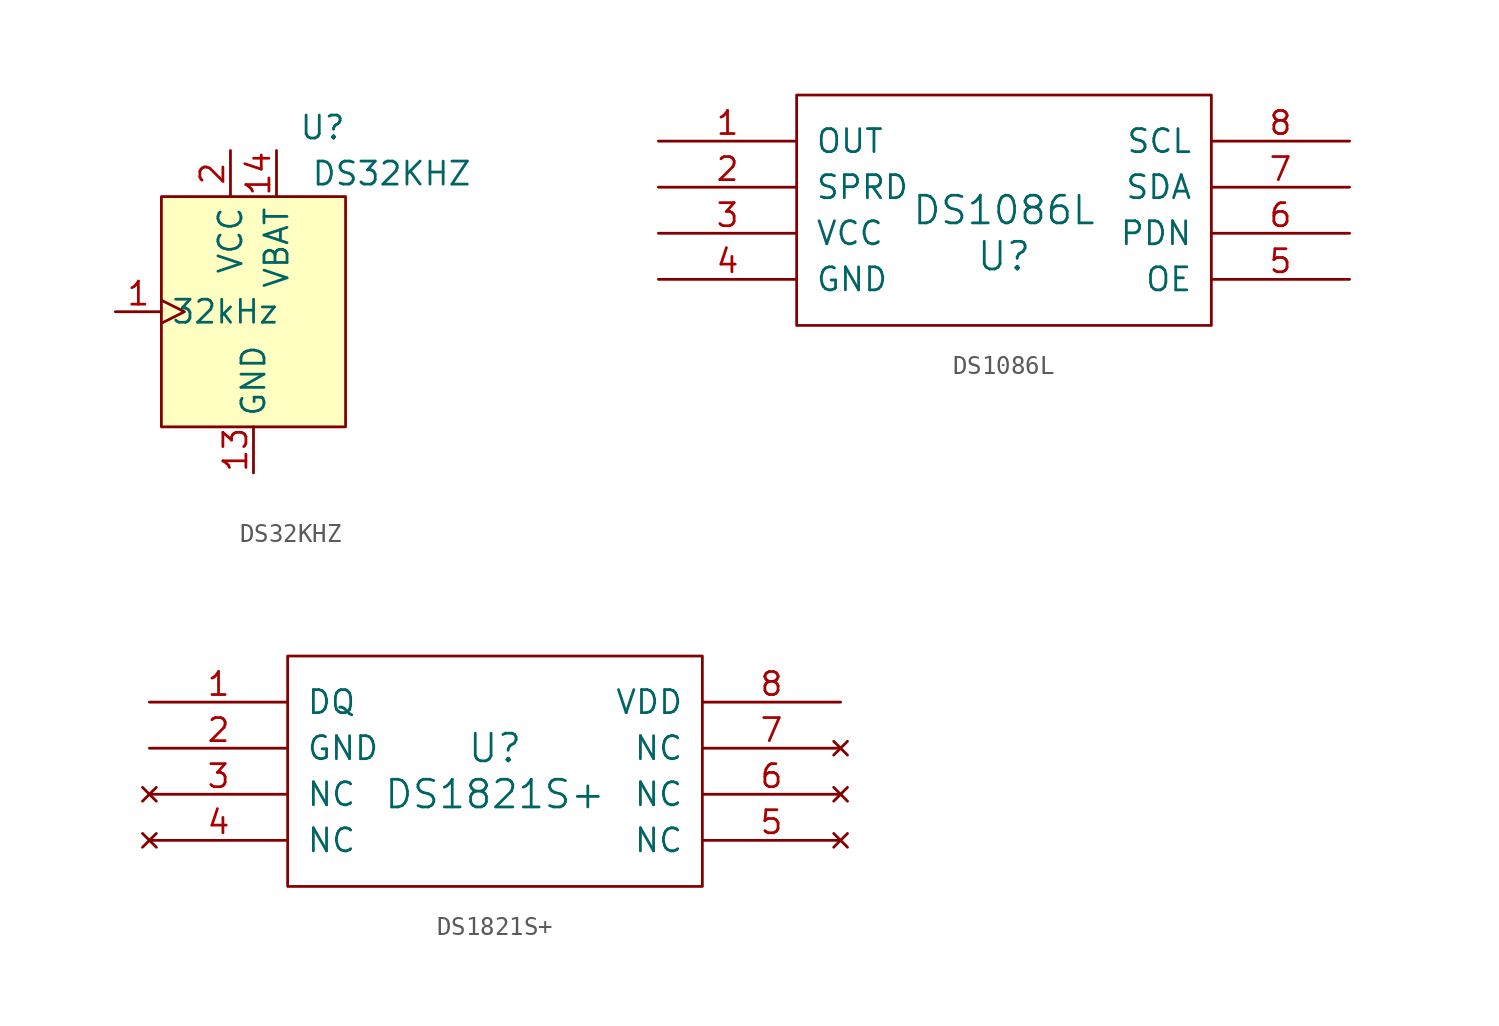
<source format=kicad_sym>
(kicad_symbol_lib
  (version 20220914)
  (generator kicad_symbol_editor)
  (symbol "DS32KHZ"
    (property "Reference" "U"
      (at 3.81 10.16 0)
      (effects (font (size 1.27 1.27))))
    (property "Value" "DS32KHZ"
      (at 7.62 7.62 0)
      (effects (font (size 1.27 1.27))))
    (symbol "DS32KHZ_1_1"
      (rectangle (start -5.08 6.35) (end 5.08 -6.35) (stroke (width 0) (type default)) (fill (type background)))
      (pin output clock (at -7.62 0 0) (length 2.54) (name "32kHz" (effects (font (size 1.27 1.27)))) (number "1" (effects (font (size 1.27 1.27)))))
      (pin power_in line (at 0 -8.89 90) (length 2.54) (name "GND" (effects (font (size 1.27 1.27)))) (number "13" (effects (font (size 1.27 1.27)))))
      (pin power_in line (at 1.27 8.89 270) (length 2.54) (name "VBAT" (effects (font (size 1.27 1.27)))) (number "14" (effects (font (size 1.27 1.27)))))
      (pin power_in line (at -1.27 8.89 270) (length 2.54) (name "VCC" (effects (font (size 1.27 1.27)))) (number "2" (effects (font (size 1.27 1.27)))))))
  (symbol "DS1086L"
    (pin_names
      (offset 1.016))
    (property "Reference" "U"
      (at 0 -2.54 0)
      (effects (font (size 1.524 1.524))))
    (property "Value" "DS1086L"
      (at 0 0 0)
      (effects (font (size 1.524 1.524))))
    (property "Footprint" ""
      (at 0 0 0)
      (effects (font (size 1.524 1.524))))
    (property "Datasheet" ""
      (at 0 0 0)
      (effects (font (size 1.524 1.524))))
    (symbol "DS1086L_0_1"
      (rectangle (start -11.43 6.35) (end 11.43 -6.35) (stroke (width 0) (type solid)) (fill (type none))))
    (symbol "DS1086L_1_1"
      (pin output line (at -19.05 3.81 0) (length 7.62) (name "OUT" (effects (font (size 1.27 1.27)))) (number "1" (effects (font (size 1.27 1.27)))))
      (pin input line (at -19.05 1.27 0) (length 7.62) (name "SPRD" (effects (font (size 1.27 1.27)))) (number "2" (effects (font (size 1.27 1.27)))))
      (pin power_in line (at -19.05 -1.27 0) (length 7.62) (name "VCC" (effects (font (size 1.27 1.27)))) (number "3" (effects (font (size 1.27 1.27)))))
      (pin power_in line (at -19.05 -3.81 0) (length 7.62) (name "GND" (effects (font (size 1.27 1.27)))) (number "4" (effects (font (size 1.27 1.27)))))
      (pin bidirectional line (at 19.05 -3.81 180) (length 7.62) (name "OE" (effects (font (size 1.27 1.27)))) (number "5" (effects (font (size 1.27 1.27)))))
      (pin bidirectional line (at 19.05 -1.27 180) (length 7.62) (name "PDN" (effects (font (size 1.27 1.27)))) (number "6" (effects (font (size 1.27 1.27)))))
      (pin bidirectional line (at 19.05 1.27 180) (length 7.62) (name "SDA" (effects (font (size 1.27 1.27)))) (number "7" (effects (font (size 1.27 1.27)))))
      (pin input line (at 19.05 3.81 180) (length 7.62) (name "SCL" (effects (font (size 1.27 1.27)))) (number "8" (effects (font (size 1.27 1.27)))))))
  (symbol "DS1821S+"
    (pin_names
      (offset 1.016))
    (property "Reference" "U"
      (at 0 1.27 0)
      (effects (font (size 1.524 1.524))))
    (property "Value" "DS1821S+"
      (at 0 -1.27 0)
      (effects (font (size 1.524 1.524))))
    (property "Footprint" ""
      (at 0 0 0)
      (effects (font (size 1.524 1.524))))
    (property "Datasheet" ""
      (at 0 0 0)
      (effects (font (size 1.524 1.524))))
    (symbol "DS1821S+_0_1"
      (rectangle (start -11.43 6.35) (end 11.43 -6.35) (stroke (width 0) (type solid)) (fill (type none))))
    (symbol "DS1821S+_1_1"
      (pin bidirectional line (at -19.05 3.81 0) (length 7.62) (name "DQ" (effects (font (size 1.27 1.27)))) (number "1" (effects (font (size 1.27 1.27)))))
      (pin passive line (at -19.05 1.27 0) (length 7.62) (name "GND" (effects (font (size 1.27 1.27)))) (number "2" (effects (font (size 1.27 1.27)))))
      (pin no_connect line (at -19.05 -1.27 0) (length 7.62) (name "NC" (effects (font (size 1.27 1.27)))) (number "3" (effects (font (size 1.27 1.27)))))
      (pin no_connect line (at -19.05 -3.81 0) (length 7.62) (name "NC" (effects (font (size 1.27 1.27)))) (number "4" (effects (font (size 1.27 1.27)))))
      (pin no_connect line (at 19.05 -3.81 180) (length 7.62) (name "NC" (effects (font (size 1.27 1.27)))) (number "5" (effects (font (size 1.27 1.27)))))
      (pin no_connect line (at 19.05 -1.27 180) (length 7.62) (name "NC" (effects (font (size 1.27 1.27)))) (number "6" (effects (font (size 1.27 1.27)))))
      (pin no_connect line (at 19.05 1.27 180) (length 7.62) (name "NC" (effects (font (size 1.27 1.27)))) (number "7" (effects (font (size 1.27 1.27)))))
      (pin power_in line (at 19.05 3.81 180) (length 7.62) (name "VDD" (effects (font (size 1.27 1.27)))) (number "8" (effects (font (size 1.27 1.27))))))))
</source>
